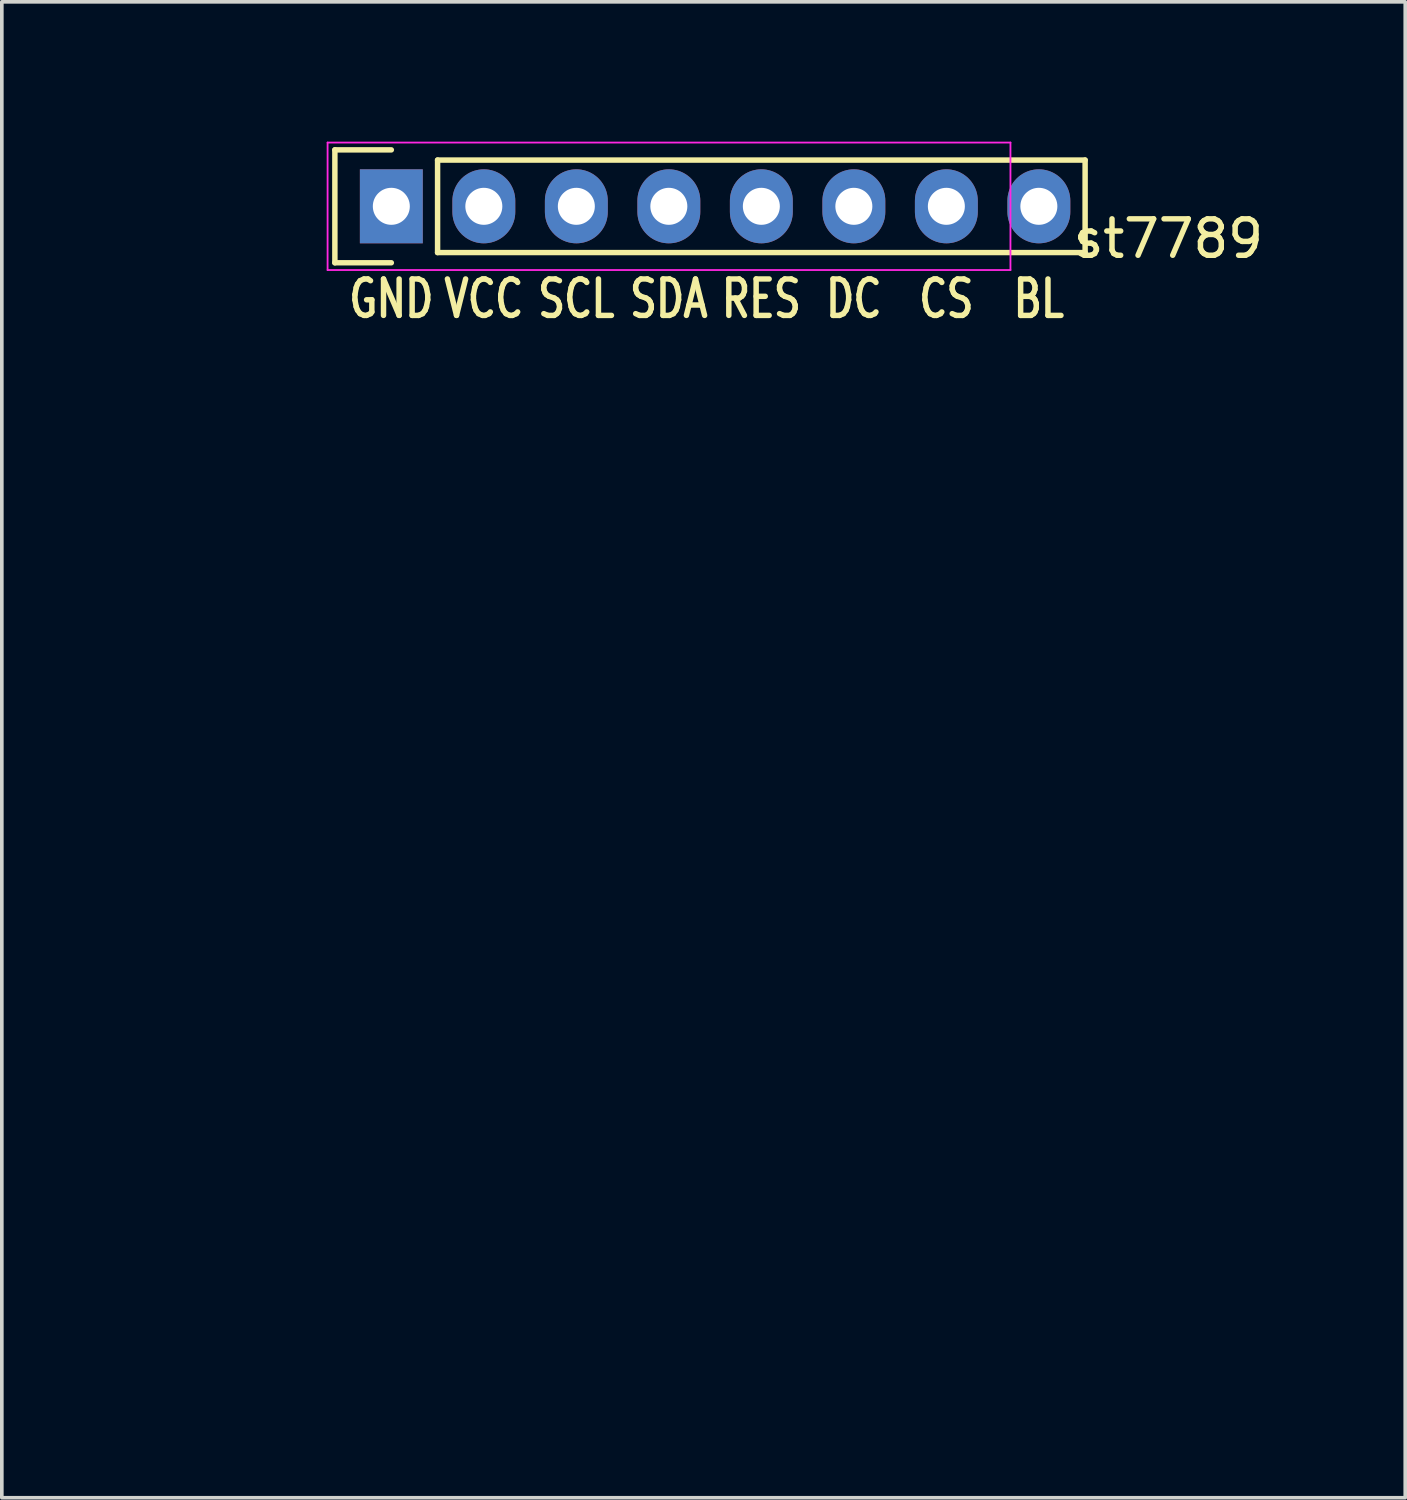
<source format=kicad_pcb>
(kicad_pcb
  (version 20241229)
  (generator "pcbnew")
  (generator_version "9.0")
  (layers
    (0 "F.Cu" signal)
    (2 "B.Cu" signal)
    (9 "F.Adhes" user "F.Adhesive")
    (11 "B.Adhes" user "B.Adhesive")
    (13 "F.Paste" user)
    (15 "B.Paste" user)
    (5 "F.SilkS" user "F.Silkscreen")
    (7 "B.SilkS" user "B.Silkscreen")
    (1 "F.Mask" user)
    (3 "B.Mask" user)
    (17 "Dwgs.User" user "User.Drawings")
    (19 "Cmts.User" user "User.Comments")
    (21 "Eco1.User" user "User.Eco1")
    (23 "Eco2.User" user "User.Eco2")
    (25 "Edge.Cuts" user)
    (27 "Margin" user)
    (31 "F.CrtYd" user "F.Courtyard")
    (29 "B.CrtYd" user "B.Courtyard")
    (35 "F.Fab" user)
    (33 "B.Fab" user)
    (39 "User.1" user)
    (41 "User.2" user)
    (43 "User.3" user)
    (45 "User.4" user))
  (footprint "st7789"
    (layer "F.Cu")
    (at 15.315 2.615)
    (property "Reference" "st7789" (at 13.716 0.889 0) (layer "F.SilkS") (effects (font (size 1 1) (thickness 0.15))))
    (attr through_hole)
    (fp_line (start -9.17 -1.55) (end -9.17 1.55) (stroke (width 0.15) (type solid)) (layer "F.SilkS"))
    (fp_line (start -9.17 1.55) (end -7.62 1.55) (stroke (width 0.15) (type solid)) (layer "F.SilkS"))
    (fp_line (start -7.62 -1.55) (end -9.17 -1.55) (stroke (width 0.15) (type solid)) (layer "F.SilkS"))
    (fp_line (start -6.35 1.27) (end -6.35 -1.27) (stroke (width 0.15) (type solid)) (layer "F.SilkS"))
    (fp_line (start -6.35 1.27) (end 11.43 1.27) (stroke (width 0.15) (type solid)) (layer "F.SilkS"))
    (fp_line (start 11.43 -1.27) (end -6.35 -1.27) (stroke (width 0.15) (type solid)) (layer "F.SilkS"))
    (fp_line (start 11.43 1.27) (end 11.43 -1.27) (stroke (width 0.15) (type solid)) (layer "F.SilkS"))
    (fp_line (start -15.24 -2.54) (end 17.145 -2.54) (stroke (width 0.15) (type solid)) (layer "Eco2.User"))
    (fp_line (start -15.24 32.385) (end -15.24 -2.54) (stroke (width 0.15) (type solid)) (layer "Eco2.User"))
    (fp_line (start -13.97 3.81) (end 15.875 3.81) (stroke (width 0.15) (type solid)) (layer "Eco2.User"))
    (fp_line (start -13.97 24.765) (end -13.97 3.81) (stroke (width 0.15) (type solid)) (layer "Eco2.User"))
    (fp_line (start 15.875 3.81) (end 15.875 24.765) (stroke (width 0.15) (type solid)) (layer "Eco2.User"))
    (fp_line (start 15.875 24.765) (end -13.97 24.765) (stroke (width 0.15) (type solid)) (layer "Eco2.User"))
    (fp_line (start 17.145 -2.54) (end 17.145 32.385) (stroke (width 0.15) (type solid)) (layer "Eco2.User"))
    (fp_line (start 17.145 32.385) (end -15.24 32.385) (stroke (width 0.15) (type solid)) (layer "Eco2.User"))
    (fp_circle (center -12.065 0.635) (end -10.16 0.635) (stroke (width 0.15) (type solid)) (fill no) (layer "Eco2.User"))
    (fp_circle (center -12.065 29.21) (end -10.16 29.21) (stroke (width 0.15) (type solid)) (fill no) (layer "Eco2.User"))
    (fp_circle (center 13.97 0.635) (end 15.875 0.635) (stroke (width 0.15) (type solid)) (fill no) (layer "Eco2.User"))
    (fp_circle (center 13.97 29.21) (end 15.875 29.21) (stroke (width 0.15) (type solid)) (fill no) (layer "Eco2.User"))
    (fp_line (start -9.37 -1.75) (end -9.37 1.75) (stroke (width 0.05) (type solid)) (layer "F.CrtYd"))
    (fp_line (start -9.37 -1.75) (end 9.38 -1.75) (stroke (width 0.05) (type solid)) (layer "F.CrtYd"))
    (fp_line (start -9.37 1.75) (end 9.38 1.75) (stroke (width 0.05) (type solid)) (layer "F.CrtYd"))
    (fp_line (start 9.38 -1.75) (end 9.38 1.75) (stroke (width 0.05) (type solid)) (layer "F.CrtYd"))
    (fp_text user "BL" (at 10.16 2.54 0) (layer "F.SilkS") (effects (font (size 1 0.75) (thickness 0.15))))
    (fp_text user "SDA" (at 0 2.54 0) (layer "F.SilkS") (effects (font (size 1 0.75) (thickness 0.15))))
    (fp_text user "VCC" (at -5.08 2.54 0) (layer "F.SilkS") (effects (font (size 1 0.75) (thickness 0.15))))
    (fp_text user "SCL" (at -2.54 2.54 0) (layer "F.SilkS") (effects (font (size 1 0.75) (thickness 0.15))))
    (fp_text user "RES" (at 2.54 2.54 0) (layer "F.SilkS") (effects (font (size 1 0.75) (thickness 0.15))))
    (fp_text user "CS" (at 7.62 2.54 0) (layer "F.SilkS") (effects (font (size 1 0.75) (thickness 0.15))))
    (fp_text user "GND" (at -7.62 2.54 0) (layer "F.SilkS") (effects (font (size 1 0.75) (thickness 0.15))))
    (fp_text user "DC" (at 5.08 2.54 0) (layer "F.SilkS") (effects (font (size 1 0.75) (thickness 0.15))))
    (pad "1" thru_hole rect (at -7.62 0) (size 1.727 2.032) (drill 1.016) (layers "*.Cu" "*.Mask"))
    (pad "2" thru_hole oval (at -5.08 0) (size 1.727 2.032) (drill 1.016) (layers "*.Cu" "*.Mask"))
    (pad "3" thru_hole oval (at -2.54 0) (size 1.727 2.032) (drill 1.016) (layers "*.Cu" "*.Mask"))
    (pad "4" thru_hole oval (at 0 0) (size 1.727 2.032) (drill 1.016) (layers "*.Cu" "*.Mask"))
    (pad "5" thru_hole oval (at 2.54 0) (size 1.727 2.032) (drill 1.016) (layers "*.Cu" "*.Mask"))
    (pad "6" thru_hole oval (at 5.08 0) (size 1.727 2.032) (drill 1.016) (layers "*.Cu" "*.Mask"))
    (pad "7" thru_hole oval (at 7.62 0) (size 1.727 2.032) (drill 1.016) (layers "*.Cu" "*.Mask"))
    (pad "8" thru_hole oval (at 10.16 0) (size 1.727 2.032) (drill 1.016) (layers "*.Cu" "*.Mask")))
  (gr_rect
    (start -3 -3)
    (end 35.535 38.075)
    (stroke (width 0.1) (type default))
    (fill no)
    (layer "Edge.Cuts")))
</source>
